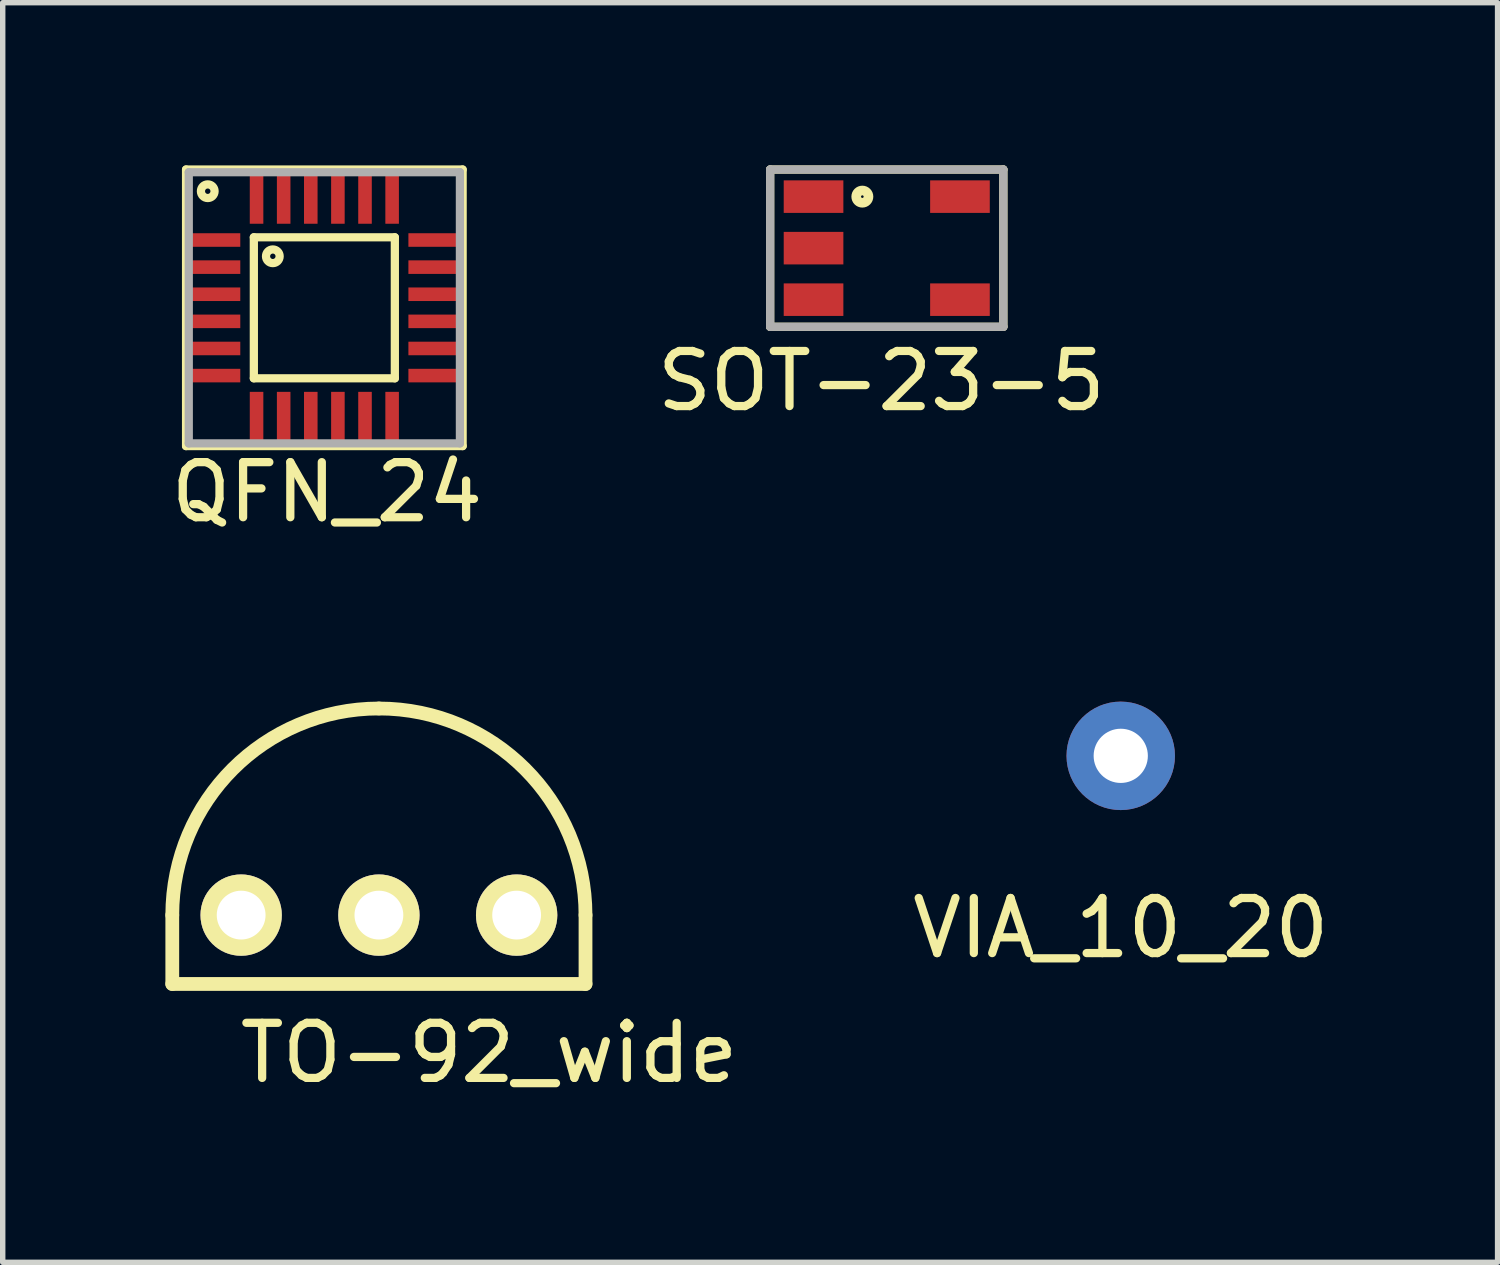
<source format=kicad_pcb>
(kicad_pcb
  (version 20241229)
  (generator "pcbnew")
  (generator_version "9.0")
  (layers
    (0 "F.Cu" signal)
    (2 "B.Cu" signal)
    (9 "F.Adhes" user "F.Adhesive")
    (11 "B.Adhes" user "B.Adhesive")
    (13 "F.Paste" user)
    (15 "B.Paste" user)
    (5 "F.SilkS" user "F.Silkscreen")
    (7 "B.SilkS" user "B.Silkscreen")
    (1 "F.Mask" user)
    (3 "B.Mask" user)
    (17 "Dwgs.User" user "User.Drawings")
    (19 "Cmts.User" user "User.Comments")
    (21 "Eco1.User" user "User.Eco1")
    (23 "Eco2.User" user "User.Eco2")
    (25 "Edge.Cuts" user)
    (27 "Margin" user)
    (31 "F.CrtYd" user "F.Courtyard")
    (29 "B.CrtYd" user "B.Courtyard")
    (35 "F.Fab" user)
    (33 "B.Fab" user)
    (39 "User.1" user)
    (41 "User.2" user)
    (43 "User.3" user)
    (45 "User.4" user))
  (footprint "VIA_10_20"
    (layer "F.Cu")
    (at 17.617 10.888)
    (property "Reference" "VIA_10_20" (at 0 3.175 0) (layer "F.SilkS") (effects (font (size 1.016 1.016) (thickness 0.152))))
    (attr through_hole)
    (pad "1" thru_hole circle (at 0 0) (size 2 2) (drill 1) (layers "*.Cu" "*.Mask")))
  (footprint "SOT-23-5"
    (layer "F.Cu")
    (at 11.952 0.576)
    (property "Reference" "SOT-23-5" (at 1.25 3.4 0) (layer "F.SilkS") (effects (font (size 1.016 1.016) (thickness 0.152))))
    (attr through_hole)
    (fp_line (start -0.8 -0.5) (end -0.8 2.4) (stroke (width 0.152) (type solid)) (layer "F.SilkS"))
    (fp_line (start -0.8 2.4) (end 3.5 2.4) (stroke (width 0.152) (type solid)) (layer "F.SilkS"))
    (fp_line (start 3.5 -0.5) (end -0.8 -0.5) (stroke (width 0.152) (type solid)) (layer "F.SilkS"))
    (fp_line (start 3.5 2.4) (end 3.5 -0.5) (stroke (width 0.152) (type solid)) (layer "F.SilkS"))
    (fp_circle (center 0.9 0) (end 0.9 0.05) (stroke (width 0.152) (type solid)) (fill no) (layer "F.SilkS"))
    (fp_circle (center 0.9 0) (end 0.9 0.1) (stroke (width 0.152) (type solid)) (fill no) (layer "F.SilkS"))
    (fp_line (start -0.8 -0.5) (end 3.5 -0.5) (stroke (width 0.152) (type solid)) (layer "F.Fab"))
    (fp_line (start -0.8 2.4) (end -0.8 -0.5) (stroke (width 0.152) (type solid)) (layer "F.Fab"))
    (fp_line (start 3.5 -0.5) (end 3.5 2.4) (stroke (width 0.152) (type solid)) (layer "F.Fab"))
    (fp_line (start 3.5 2.4) (end -0.8 2.4) (stroke (width 0.152) (type solid)) (layer "F.Fab"))
    (pad "1" smd rect (at 0 0) (size 1.1 0.6) (layers "F.Cu" "F.Mask" "F.Paste"))
    (pad "2" smd rect (at 0 0.95) (size 1.1 0.6) (layers "F.Cu" "F.Mask" "F.Paste"))
    (pad "3" smd rect (at 0 1.9) (size 1.1 0.6) (layers "F.Cu" "F.Mask" "F.Paste"))
    (pad "4" smd rect (at 2.7 1.9) (size 1.1 0.6) (layers "F.Cu" "F.Mask" "F.Paste"))
    (pad "5" smd rect (at 2.7 0) (size 1.1 0.6) (layers "F.Cu" "F.Mask" "F.Paste")))
  (footprint "TO-92_wide"
    (layer "F.Cu")
    (at 3.937 13.825)
    (property "Reference" "TO-92_wide" (at 2.032 2.54 0) (layer "F.SilkS") (effects (font (size 1.016 1.016) (thickness 0.152))))
    (attr through_hole)
    (fp_line (start -3.81 0) (end -3.81 1.27) (stroke (width 0.254) (type solid)) (layer "F.SilkS"))
    (fp_line (start -3.81 1.27) (end 3.81 1.27) (stroke (width 0.254) (type solid)) (layer "F.SilkS"))
    (fp_line (start 3.81 0) (end 3.81 1.27) (stroke (width 0.254) (type solid)) (layer "F.SilkS"))
    (fp_arc (start -3.81 0) (mid -2.694077 -2.694077) (end 0 -3.81) (stroke (width 0.254) (type solid)) (layer "F.SilkS"))
    (fp_arc (start 0 -3.81) (mid 2.694077 -2.694077) (end 3.81 0) (stroke (width 0.254) (type solid)) (layer "F.SilkS"))
    (pad "1" thru_hole circle (at -2.54 0) (size 1.5 1.5) (drill 0.9) (layers "*.Cu" "*.Mask" "F.SilkS"))
    (pad "2" thru_hole circle (at 0 0) (size 1.5 1.5) (drill 0.9) (layers "*.Cu" "*.Mask" "F.SilkS"))
    (pad "3" thru_hole circle (at 2.54 0) (size 1.5 1.5) (drill 0.9) (layers "*.Cu" "*.Mask" "F.SilkS")))
  (footprint "QFN_24"
    (layer "F.Cu")
    (at 0.931 0.626)
    (property "Reference" "QFN_24" (at 2.05 5.4 0) (layer "F.SilkS") (effects (font (size 1.016 1.016) (thickness 0.152))))
    (attr smd)
    (fp_line (start -0.55 -0.55) (end -0.55 4.55) (stroke (width 0.152) (type solid)) (layer "F.SilkS"))
    (fp_line (start -0.55 4.55) (end 4.55 4.55) (stroke (width 0.152) (type solid)) (layer "F.SilkS"))
    (fp_line (start 0.7 0.7) (end 0.7 3.3) (stroke (width 0.152) (type solid)) (layer "F.SilkS"))
    (fp_line (start 0.7 3.3) (end 3.3 3.3) (stroke (width 0.152) (type solid)) (layer "F.SilkS"))
    (fp_line (start 3.3 0.7) (end 0.7 0.7) (stroke (width 0.152) (type solid)) (layer "F.SilkS"))
    (fp_line (start 3.3 3.3) (end 3.3 0.7) (stroke (width 0.152) (type solid)) (layer "F.SilkS"))
    (fp_line (start 4.55 -0.55) (end -0.55 -0.55) (stroke (width 0.152) (type solid)) (layer "F.SilkS"))
    (fp_line (start 4.55 4.55) (end 4.55 -0.55) (stroke (width 0.152) (type solid)) (layer "F.SilkS"))
    (fp_circle (center -0.15 -0.15) (end -0.15 -0.1) (stroke (width 0.152) (type solid)) (fill no) (layer "F.SilkS"))
    (fp_circle (center 1.05 1.05) (end 1.05 1.1) (stroke (width 0.152) (type solid)) (fill no) (layer "F.SilkS"))
    (fp_line (start -0.5 -0.5) (end 4.5 -0.5) (stroke (width 0.152) (type solid)) (layer "F.Fab"))
    (fp_line (start -0.5 4.5) (end -0.5 -0.5) (stroke (width 0.152) (type solid)) (layer "F.Fab"))
    (fp_line (start 4.5 -0.5) (end 4.5 4.5) (stroke (width 0.152) (type solid)) (layer "F.Fab"))
    (fp_line (start 4.5 4.5) (end -0.5 4.5) (stroke (width 0.152) (type solid)) (layer "F.Fab"))
    (pad "1" smd rect (at 0 0.75) (size 0.9 0.25) (layers "F.Cu" "F.Mask" "F.Paste"))
    (pad "2" smd rect (at 0 1.25) (size 0.9 0.25) (layers "F.Cu" "F.Mask" "F.Paste"))
    (pad "3" smd rect (at 0 1.75) (size 0.9 0.25) (layers "F.Cu" "F.Mask" "F.Paste"))
    (pad "4" smd rect (at 0 2.25) (size 0.9 0.25) (layers "F.Cu" "F.Mask" "F.Paste"))
    (pad "5" smd rect (at 0 2.75) (size 0.9 0.25) (layers "F.Cu" "F.Mask" "F.Paste"))
    (pad "6" smd rect (at 0 3.25) (size 0.9 0.25) (layers "F.Cu" "F.Mask" "F.Paste"))
    (pad "7" smd rect (at 0.75 4) (size 0.25 0.9) (layers "F.Cu" "F.Mask" "F.Paste"))
    (pad "8" smd rect (at 1.25 4) (size 0.25 0.9) (layers "F.Cu" "F.Mask" "F.Paste"))
    (pad "9" smd rect (at 1.75 4) (size 0.25 0.9) (layers "F.Cu" "F.Mask" "F.Paste"))
    (pad "10" smd rect (at 2.25 4) (size 0.25 0.9) (layers "F.Cu" "F.Mask" "F.Paste"))
    (pad "11" smd rect (at 2.75 4) (size 0.25 0.9) (layers "F.Cu" "F.Mask" "F.Paste"))
    (pad "12" smd rect (at 3.25 4) (size 0.25 0.9) (layers "F.Cu" "F.Mask" "F.Paste"))
    (pad "13" smd rect (at 4 3.25) (size 0.9 0.25) (layers "F.Cu" "F.Mask" "F.Paste"))
    (pad "14" smd rect (at 4 2.75) (size 0.9 0.25) (layers "F.Cu" "F.Mask" "F.Paste"))
    (pad "15" smd rect (at 4 2.25) (size 0.9 0.25) (layers "F.Cu" "F.Mask" "F.Paste"))
    (pad "16" smd rect (at 4 1.75) (size 0.9 0.25) (layers "F.Cu" "F.Mask" "F.Paste"))
    (pad "17" smd rect (at 4 1.25) (size 0.9 0.25) (layers "F.Cu" "F.Mask" "F.Paste"))
    (pad "18" smd rect (at 4 0.75) (size 0.9 0.25) (layers "F.Cu" "F.Mask" "F.Paste"))
    (pad "19" smd rect (at 3.25 0) (size 0.25 0.9) (layers "F.Cu" "F.Mask" "F.Paste"))
    (pad "20" smd rect (at 2.75 0) (size 0.25 0.9) (layers "F.Cu" "F.Mask" "F.Paste"))
    (pad "21" smd rect (at 2.25 0) (size 0.25 0.9) (layers "F.Cu" "F.Mask" "F.Paste"))
    (pad "22" smd rect (at 1.75 0) (size 0.25 0.9) (layers "F.Cu" "F.Mask" "F.Paste"))
    (pad "23" smd rect (at 1.25 0) (size 0.25 0.9) (layers "F.Cu" "F.Mask" "F.Paste"))
    (pad "24" smd rect (at 0.75 0) (size 0.25 0.9) (layers "F.Cu" "F.Mask" "F.Paste")))
  (gr_rect
    (start -3 -3)
    (end 24.566 20.227)
    (stroke (width 0.1) (type default))
    (fill no)
    (layer "Edge.Cuts")))
</source>
